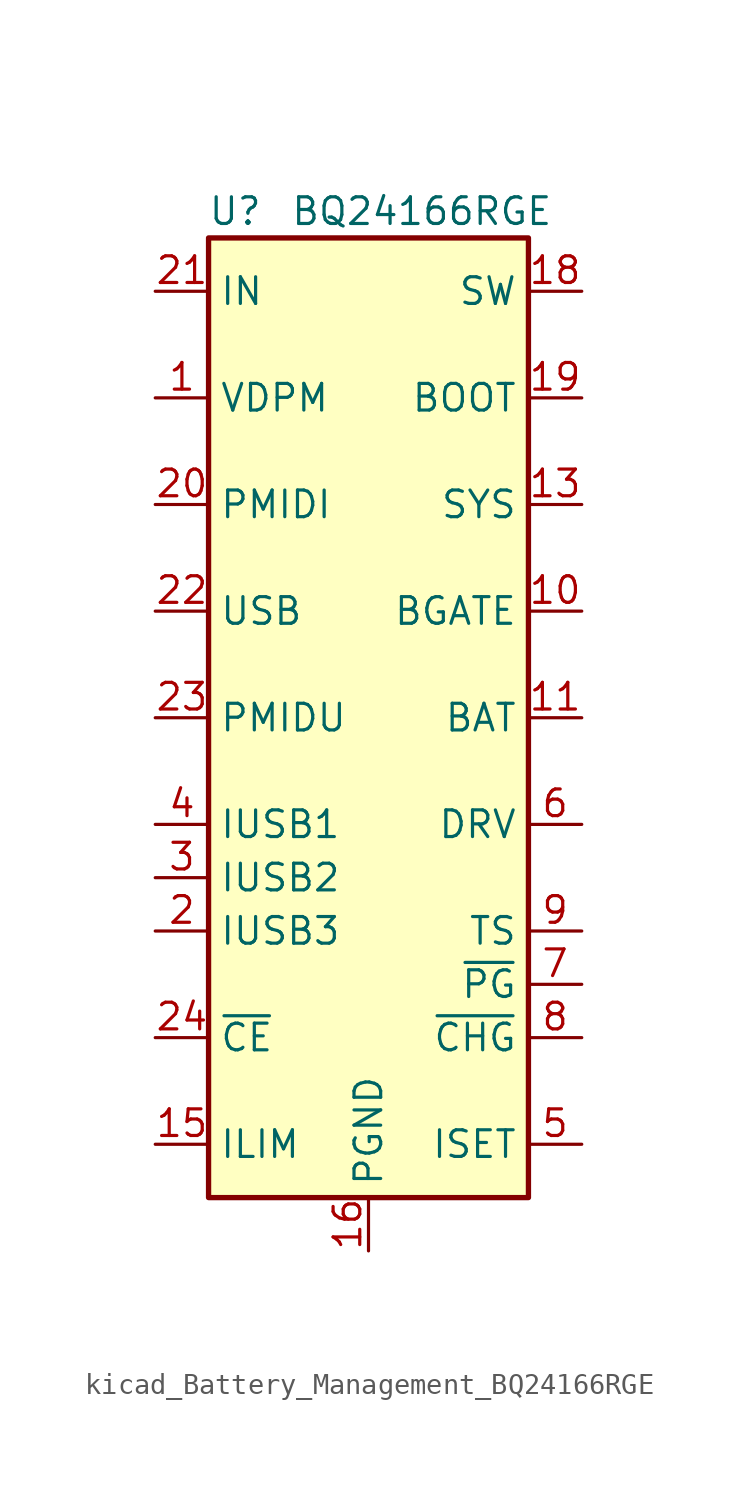
<source format=kicad_sym>
(kicad_symbol_lib
  (version 20220914)
  (generator kicad_symbol_editor)
  (symbol "kicad_Battery_Management_BQ24166RGE"
    (property "Reference" "U"
      (at -6.35 24.13 0)
      (effects (font (size 1.27 1.27))))
    (property "Value" "BQ24166RGE"
      (at 2.54 24.13 0)
      (effects (font (size 1.27 1.27))))
    (symbol "kicad_Battery_Management_BQ24166RGE_0_1"
      (rectangle (start -7.62 22.86) (end 7.62 -22.86) (stroke (width 0.254) (type default)) (fill (type background))))
    (symbol "kicad_Battery_Management_BQ24166RGE_1_1"
      (pin input line (at -10.16 15.24 0) (length 2.54) (name "VDPM" (effects (font (size 1.27 1.27)))) (number "1" (effects (font (size 1.27 1.27)))))
      (pin output line (at 10.16 5.08 180) (length 2.54) (name "BGATE" (effects (font (size 1.27 1.27)))) (number "10" (effects (font (size 1.27 1.27)))))
      (pin passive line (at 10.16 0 180) (length 2.54) (name "BAT" (effects (font (size 1.27 1.27)))) (number "11" (effects (font (size 1.27 1.27)))))
      (pin passive line (at 10.16 0 180) (length 2.54) hide (name "BAT" (effects (font (size 1.27 1.27)))) (number "12" (effects (font (size 1.27 1.27)))))
      (pin power_out line (at 10.16 10.16 180) (length 2.54) (name "SYS" (effects (font (size 1.27 1.27)))) (number "13" (effects (font (size 1.27 1.27)))))
      (pin passive line (at 10.16 10.16 180) (length 2.54) hide (name "SYS" (effects (font (size 1.27 1.27)))) (number "14" (effects (font (size 1.27 1.27)))))
      (pin passive line (at -10.16 -20.32 0) (length 2.54) (name "ILIM" (effects (font (size 1.27 1.27)))) (number "15" (effects (font (size 1.27 1.27)))))
      (pin power_in line (at 0 -25.4 90) (length 2.54) (name "PGND" (effects (font (size 1.27 1.27)))) (number "16" (effects (font (size 1.27 1.27)))))
      (pin passive line (at 0 -25.4 90) (length 2.54) hide (name "PGND" (effects (font (size 1.27 1.27)))) (number "17" (effects (font (size 1.27 1.27)))))
      (pin passive line (at 10.16 20.32 180) (length 2.54) (name "SW" (effects (font (size 1.27 1.27)))) (number "18" (effects (font (size 1.27 1.27)))))
      (pin passive line (at 10.16 15.24 180) (length 2.54) (name "BOOT" (effects (font (size 1.27 1.27)))) (number "19" (effects (font (size 1.27 1.27)))))
      (pin passive line (at -10.16 -10.16 0) (length 2.54) (name "IUSB3" (effects (font (size 1.27 1.27)))) (number "2" (effects (font (size 1.27 1.27)))))
      (pin passive line (at -10.16 10.16 0) (length 2.54) (name "PMIDI" (effects (font (size 1.27 1.27)))) (number "20" (effects (font (size 1.27 1.27)))))
      (pin input line (at -10.16 20.32 0) (length 2.54) (name "IN" (effects (font (size 1.27 1.27)))) (number "21" (effects (font (size 1.27 1.27)))))
      (pin power_in line (at -10.16 5.08 0) (length 2.54) (name "USB" (effects (font (size 1.27 1.27)))) (number "22" (effects (font (size 1.27 1.27)))))
      (pin passive line (at -10.16 0 0) (length 2.54) (name "PMIDU" (effects (font (size 1.27 1.27)))) (number "23" (effects (font (size 1.27 1.27)))))
      (pin input line (at -10.16 -15.24 0) (length 2.54) (name "~{CE}" (effects (font (size 1.27 1.27)))) (number "24" (effects (font (size 1.27 1.27)))))
      (pin passive line (at 0 -25.4 90) (length 2.54) hide (name "PGND" (effects (font (size 1.27 1.27)))) (number "25" (effects (font (size 1.27 1.27)))))
      (pin passive line (at -10.16 -7.62 0) (length 2.54) (name "IUSB2" (effects (font (size 1.27 1.27)))) (number "3" (effects (font (size 1.27 1.27)))))
      (pin passive line (at -10.16 -5.08 0) (length 2.54) (name "IUSB1" (effects (font (size 1.27 1.27)))) (number "4" (effects (font (size 1.27 1.27)))))
      (pin passive line (at 10.16 -20.32 180) (length 2.54) (name "ISET" (effects (font (size 1.27 1.27)))) (number "5" (effects (font (size 1.27 1.27)))))
      (pin output line (at 10.16 -5.08 180) (length 2.54) (name "DRV" (effects (font (size 1.27 1.27)))) (number "6" (effects (font (size 1.27 1.27)))))
      (pin open_collector line (at 10.16 -12.7 180) (length 2.54) (name "~{PG}" (effects (font (size 1.27 1.27)))) (number "7" (effects (font (size 1.27 1.27)))))
      (pin open_collector line (at 10.16 -15.24 180) (length 2.54) (name "~{CHG}" (effects (font (size 1.27 1.27)))) (number "8" (effects (font (size 1.27 1.27)))))
      (pin passive line (at 10.16 -10.16 180) (length 2.54) (name "TS" (effects (font (size 1.27 1.27)))) (number "9" (effects (font (size 1.27 1.27))))))))
</source>
